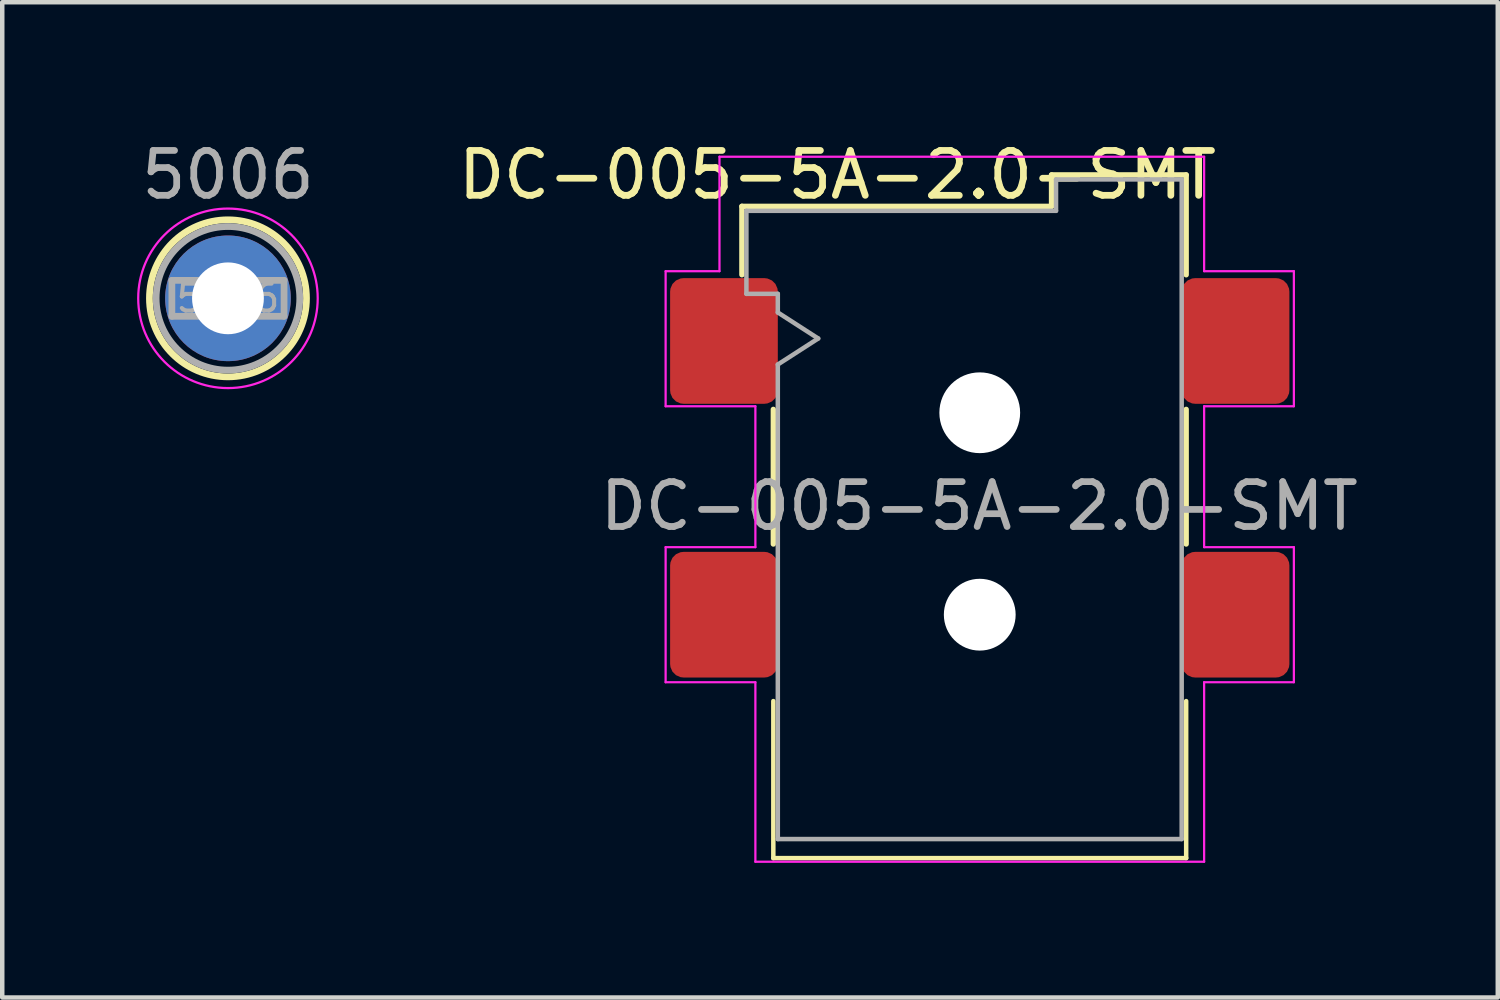
<source format=kicad_pcb>
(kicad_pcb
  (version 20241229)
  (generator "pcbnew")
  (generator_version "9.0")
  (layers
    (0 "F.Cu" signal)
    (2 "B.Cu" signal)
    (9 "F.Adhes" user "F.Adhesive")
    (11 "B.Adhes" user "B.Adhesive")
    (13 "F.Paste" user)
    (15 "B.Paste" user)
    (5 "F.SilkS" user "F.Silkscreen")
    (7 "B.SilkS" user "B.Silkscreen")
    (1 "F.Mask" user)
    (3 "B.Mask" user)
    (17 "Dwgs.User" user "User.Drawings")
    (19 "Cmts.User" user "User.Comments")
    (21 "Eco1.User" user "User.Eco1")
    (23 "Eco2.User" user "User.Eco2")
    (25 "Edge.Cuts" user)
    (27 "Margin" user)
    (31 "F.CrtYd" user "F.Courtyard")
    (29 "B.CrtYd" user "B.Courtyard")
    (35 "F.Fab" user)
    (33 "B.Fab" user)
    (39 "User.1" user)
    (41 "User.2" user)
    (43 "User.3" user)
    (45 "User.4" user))
  (footprint "5006"
    (layer "F.Cu")
    (at 2.03 3.598)
    (property "Reference" "5006" (at 0 -2.75 0) (layer "F.Fab") (effects (font (size 1 1) (thickness 0.15))))
    (attr through_hole)
    (fp_circle (center 0 0) (end 1.75 0) (stroke (width 0.15) (type solid)) (fill no) (layer "F.SilkS"))
    (fp_circle (center 0 0) (end 2 0) (stroke (width 0.05) (type solid)) (fill no) (layer "F.CrtYd"))
    (fp_line (start -1.25 -0.4) (end 1.25 -0.4) (stroke (width 0.15) (type solid)) (layer "F.Fab"))
    (fp_line (start -1.25 0.4) (end -1.25 -0.4) (stroke (width 0.15) (type solid)) (layer "F.Fab"))
    (fp_line (start 1.25 -0.4) (end 1.25 0.4) (stroke (width 0.15) (type solid)) (layer "F.Fab"))
    (fp_line (start 1.25 0.4) (end -1.25 0.4) (stroke (width 0.15) (type solid)) (layer "F.Fab"))
    (fp_circle (center 0 0) (end 1.6 0) (stroke (width 0.15) (type solid)) (fill no) (layer "F.Fab"))
    (fp_text user "${REFERENCE}" (at 0 0 0) (layer "F.Fab") (effects (font (size 0.6 0.6) (thickness 0.09))))
    (pad "1" thru_hole circle (at 0 0) (size 2.8 2.8) (drill 1.6) (layers "*.Cu" "*.Mask")))
  (footprint "DC-005-5A-2.0-SMT"
    (layer "F.Cu")
    (at 18.783 7.573)
    (property "Reference" "DC-005-5A-2.0-SMT" (at -3.17 -6.725 0) (layer "F.SilkS") (effects (font (size 1 1) (thickness 0.15))))
    (attr smd)
    (fp_circle (center 0 -1.425) (end 0.9 -1.425) (stroke (width 0.12) (type solid)) (fill no) (layer "B.Mask"))
    (fp_circle (center 0 3.075) (end 0.8 3.075) (stroke (width 0.12) (type solid)) (fill no) (layer "B.Mask"))
    (fp_line (start -5.3 -4.5) (end -5.3 -6.025) (stroke (width 0.12) (type solid)) (layer "F.SilkS"))
    (fp_line (start -4.6 -1.5) (end -4.6 1.5) (stroke (width 0.12) (type solid)) (layer "F.SilkS"))
    (fp_line (start -4.6 5) (end -4.6 8.5) (stroke (width 0.1) (type default)) (layer "F.SilkS"))
    (fp_line (start -4.6 8.5) (end 4.6 8.5) (stroke (width 0.1) (type default)) (layer "F.SilkS"))
    (fp_line (start 1.6 -6.725) (end 1.6 -6.025) (stroke (width 0.12) (type solid)) (layer "F.SilkS"))
    (fp_line (start 1.6 -6.025) (end -5.3 -6.025) (stroke (width 0.12) (type solid)) (layer "F.SilkS"))
    (fp_line (start 4.6 -6.725) (end 1.6 -6.725) (stroke (width 0.12) (type solid)) (layer "F.SilkS"))
    (fp_line (start 4.6 -6.725) (end 4.6 -4.5) (stroke (width 0.12) (type default)) (layer "F.SilkS"))
    (fp_line (start 4.6 -1.5) (end 4.6 1.5) (stroke (width 0.12) (type solid)) (layer "F.SilkS"))
    (fp_line (start 4.6 8.5) (end 4.6 5) (stroke (width 0.1) (type default)) (layer "F.SilkS"))
    (fp_line (start -7 -4.58) (end -7 -1.57) (stroke (width 0.05) (type default)) (layer "F.CrtYd"))
    (fp_line (start -7 1.57) (end -7 4.58) (stroke (width 0.05) (type default)) (layer "F.CrtYd"))
    (fp_line (start -5.8 -7.13) (end -5.8 -4.58) (stroke (width 0.05) (type default)) (layer "F.CrtYd"))
    (fp_line (start -5.8 -7.13) (end 5 -7.13) (stroke (width 0.05) (type solid)) (layer "F.CrtYd"))
    (fp_line (start -5.8 -4.58) (end -7 -4.58) (stroke (width 0.05) (type default)) (layer "F.CrtYd"))
    (fp_line (start -5 -1.57) (end -7 -1.57) (stroke (width 0.05) (type default)) (layer "F.CrtYd"))
    (fp_line (start -5 -1.57) (end -5 1.57) (stroke (width 0.05) (type default)) (layer "F.CrtYd"))
    (fp_line (start -5 1.57) (end -7 1.57) (stroke (width 0.05) (type default)) (layer "F.CrtYd"))
    (fp_line (start -5 4.58) (end -7 4.58) (stroke (width 0.05) (type default)) (layer "F.CrtYd"))
    (fp_line (start -5 8.58) (end -5 4.58) (stroke (width 0.05) (type solid)) (layer "F.CrtYd"))
    (fp_line (start 5 -7.13) (end 5 -4.58) (stroke (width 0.05) (type default)) (layer "F.CrtYd"))
    (fp_line (start 5 -4.58) (end 7 -4.58) (stroke (width 0.05) (type default)) (layer "F.CrtYd"))
    (fp_line (start 5 -1.57) (end 5 1.57) (stroke (width 0.05) (type default)) (layer "F.CrtYd"))
    (fp_line (start 5 1.57) (end 7 1.57) (stroke (width 0.05) (type default)) (layer "F.CrtYd"))
    (fp_line (start 5 4.58) (end 5 8.58) (stroke (width 0.05) (type default)) (layer "F.CrtYd"))
    (fp_line (start 5 8.58) (end -5 8.58) (stroke (width 0.05) (type solid)) (layer "F.CrtYd"))
    (fp_line (start 7 -4.58) (end 7 -1.57) (stroke (width 0.05) (type default)) (layer "F.CrtYd"))
    (fp_line (start 7 -1.57) (end 5 -1.57) (stroke (width 0.05) (type default)) (layer "F.CrtYd"))
    (fp_line (start 7 1.57) (end 7 4.58) (stroke (width 0.05) (type default)) (layer "F.CrtYd"))
    (fp_line (start 7 4.58) (end 5 4.58) (stroke (width 0.05) (type default)) (layer "F.CrtYd"))
    (fp_line (start -5.2 -5.925) (end -5.2 -4.075) (stroke (width 0.1) (type default)) (layer "F.Fab"))
    (fp_line (start -5.2 -4.075) (end -4.5 -4.075) (stroke (width 0.1) (type default)) (layer "F.Fab"))
    (fp_line (start -4.5 -4.075) (end -4.5 -3.66) (stroke (width 0.1) (type default)) (layer "F.Fab"))
    (fp_line (start -4.5 -3.66) (end -3.6 -3.08) (stroke (width 0.1) (type default)) (layer "F.Fab"))
    (fp_line (start -4.5 -2.5) (end -4.5 8.075) (stroke (width 0.1) (type default)) (layer "F.Fab"))
    (fp_line (start -4.5 8.075) (end 4.5 8.075) (stroke (width 0.1) (type default)) (layer "F.Fab"))
    (fp_line (start -3.6 -3.08) (end -4.5 -2.5) (stroke (width 0.1) (type default)) (layer "F.Fab"))
    (fp_line (start 1.7 -6.625) (end 1.7 -5.925) (stroke (width 0.1) (type default)) (layer "F.Fab"))
    (fp_line (start 1.7 -5.925) (end -5.2 -5.925) (stroke (width 0.1) (type default)) (layer "F.Fab"))
    (fp_line (start 4.5 -6.625) (end 1.7 -6.625) (stroke (width 0.1) (type default)) (layer "F.Fab"))
    (fp_line (start 4.5 8.075) (end 4.5 -6.625) (stroke (width 0.1) (type default)) (layer "F.Fab"))
    (fp_text user "${REFERENCE}" (at -0.01 0.655 0) (layer "F.Fab") (effects (font (size 1 1) (thickness 0.15))))
    (pad "" np_thru_hole circle (at 0 -1.425) (size 1.8 1.8) (drill 1.8) (layers "*.Cu" "*.Mask"))
    (pad "" np_thru_hole circle (at 0 3.075) (size 1.6 1.6) (drill 1.6) (layers "*.Cu" "*.Mask"))
    (pad "1" smd roundrect (at -5.7 -3.025) (size 2.4 2.8) (layers "F.Cu" "F.Mask" "F.Paste") (roundrect_rratio 0.125))
    (pad "1" smd roundrect (at -5.7 3.075) (size 2.4 2.8) (layers "F.Cu" "F.Mask" "F.Paste") (roundrect_rratio 0.125))
    (pad "2" smd roundrect (at 5.7 3.075) (size 2.4 2.8) (layers "F.Cu" "F.Mask" "F.Paste") (roundrect_rratio 0.125))
    (pad "3" smd roundrect (at 5.7 -3.025) (size 2.4 2.8) (layers "F.Cu" "F.Mask" "F.Paste") (roundrect_rratio 0.125)))
  (gr_rect
    (start -3 -3)
    (end 30.327 19.178)
    (stroke (width 0.1) (type default))
    (fill no)
    (layer "Edge.Cuts")))
</source>
